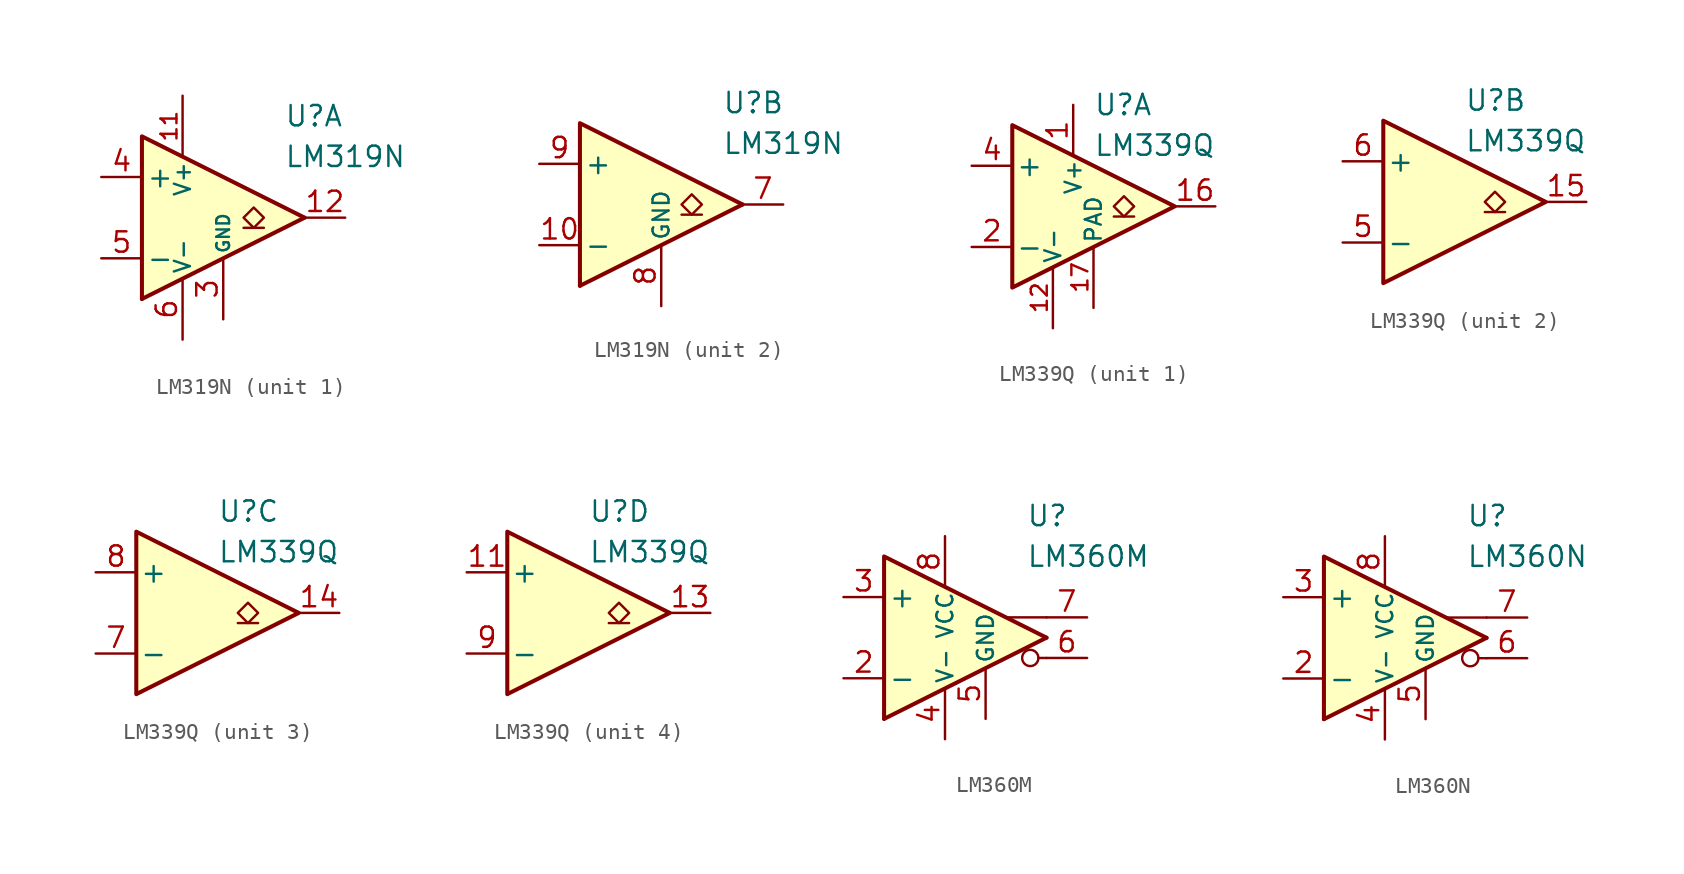
<source format=kicad_sym>
(kicad_symbol_lib
  (version 20231120)
  (generator "kicad_symbol_editor")
  (generator_version "8.0")
  (symbol "LM319N"
    (pin_names
      (offset 0.254))
    (property "Reference" "U"
      (at 6.35 6.35 0)
      (effects (font (size 1.27 1.27)) (justify left)))
    (property "Value" "LM319N"
      (at 6.35 3.81 0)
      (effects (font (size 1.27 1.27)) (justify left)))
    (property "ki_locked" ""
      (at 0 0 0)
      (effects (font (size 1.27 1.27))))
    (symbol "LM319N_0_0"
      (polyline (pts (xy 7.62 0) (xy -2.54 -5.08)) (stroke (width 0.254) (type default)) (fill (type none)))
      (polyline (pts (xy 7.62 0) (xy -2.54 5.08) (xy -2.54 -5.08)) (stroke (width 0.254) (type default)) (fill (type background))))
    (symbol "LM319N_1_1"
      (polyline (pts (xy 5.08 -0.635) (xy 3.81 -0.635)) (stroke (width 0.152) (type default)) (fill (type none)))
      (polyline (pts (xy 4.445 -0.635) (xy 3.81 0) (xy 4.445 0.635) (xy 5.08 0) (xy 4.445 -0.635)) (stroke (width 0.152) (type default)) (fill (type none)))
      (pin no_connect line (at 1.27 -2.54 90) (length 2.54) hide (name "NC" (effects (font (size 1.27 1.27)))) (number "1" (effects (font (size 1.27 1.27)))))
      (pin power_in line (at 0 7.62 270) (length 3.81) (name "V+" (effects (font (size 1 1)))) (number "11" (effects (font (size 1 1)))))
      (pin open_collector line (at 10.16 0 180) (length 2.54) (name "~" (effects (font (size 1.27 1.27)))) (number "12" (effects (font (size 1.27 1.27)))))
      (pin no_connect line (at 1.27 2.54 270) (length 2.54) hide (name "NC" (effects (font (size 1.27 1.27)))) (number "2" (effects (font (size 1.27 1.27)))))
      (pin power_in line (at 2.54 -6.35 90) (length 3.81) (name "GND" (effects (font (size 0.8 0.8)))) (number "3" (effects (font (size 1.27 1.27)))))
      (pin input line (at -5.08 2.54 0) (length 2.54) (name "+" (effects (font (size 1.27 1.27)))) (number "4" (effects (font (size 1.27 1.27)))))
      (pin input line (at -5.08 -2.54 0) (length 2.54) (name "-" (effects (font (size 1.27 1.27)))) (number "5" (effects (font (size 1.27 1.27)))))
      (pin power_in line (at 0 -7.62 90) (length 3.81) (name "V-" (effects (font (size 1 1)))) (number "6" (effects (font (size 1.27 1.27))))))
    (symbol "LM319N_2_1"
      (polyline (pts (xy 5.08 -0.635) (xy 3.81 -0.635)) (stroke (width 0.152) (type default)) (fill (type none)))
      (polyline (pts (xy 4.445 -0.635) (xy 3.81 0) (xy 4.445 0.635) (xy 5.08 0) (xy 4.445 -0.635)) (stroke (width 0.152) (type default)) (fill (type none)))
      (pin input line (at -5.08 -2.54 0) (length 2.54) (name "-" (effects (font (size 1.27 1.27)))) (number "10" (effects (font (size 1.27 1.27)))))
      (pin no_connect line (at 0 -2.54 90) (length 2.54) hide (name "NC" (effects (font (size 1.27 1.27)))) (number "13" (effects (font (size 1.27 1.27)))))
      (pin no_connect line (at 0 2.54 270) (length 2.54) hide (name "NC" (effects (font (size 1.27 1.27)))) (number "14" (effects (font (size 1.27 1.27)))))
      (pin open_collector line (at 10.16 0 180) (length 2.54) (name "~" (effects (font (size 1.27 1.27)))) (number "7" (effects (font (size 1.27 1.27)))))
      (pin power_in line (at 2.54 -6.35 90) (length 3.81) (name "GND" (effects (font (size 1 1)))) (number "8" (effects (font (size 1.27 1.27)))))
      (pin input line (at -5.08 2.54 0) (length 2.54) (name "+" (effects (font (size 1.27 1.27)))) (number "9" (effects (font (size 1.27 1.27)))))))
  (symbol "LM339Q"
    (pin_names
      (offset 0.2))
    (property "Reference" "U"
      (at 1.27 6.35 0)
      (effects (font (size 1.27 1.27)) (justify left)))
    (property "Value" "LM339Q"
      (at 1.27 3.81 0)
      (effects (font (size 1.27 1.27)) (justify left)))
    (property "ki_locked" ""
      (at 0 0 0)
      (effects (font (size 1.27 1.27))))
    (symbol "LM339Q_0_1"
      (polyline (pts (xy -3.81 5.08) (xy -3.81 -5.08) (xy 6.35 0) (xy -3.81 5.08)) (stroke (width 0.254) (type default)) (fill (type background))))
    (symbol "LM339Q_1_1"
      (polyline (pts (xy 3.81 -0.635) (xy 2.54 -0.635)) (stroke (width 0.152) (type default)) (fill (type none)))
      (polyline (pts (xy 3.175 -0.635) (xy 2.54 0) (xy 3.175 0.635) (xy 3.81 0) (xy 3.175 -0.635)) (stroke (width 0.152) (type default)) (fill (type none)))
      (pin power_in line (at 0 6.35 270) (length 3.18) (name "V+" (effects (font (size 1 1)))) (number "1" (effects (font (size 1.27 1.27)))))
      (pin free line (at -2.54 -1.27 0) (length 2.54) hide (name "NC" (effects (font (size 1.27 1.27)))) (number "10" (effects (font (size 1.27 1.27)))))
      (pin power_in line (at -1.27 -7.62 90) (length 3.81) (name "V-" (effects (font (size 1 1)))) (number "12" (effects (font (size 1 1)))))
      (pin open_collector line (at 8.89 0 180) (length 2.54) (name "~" (effects (font (size 1.27 1.27)))) (number "16" (effects (font (size 1.27 1.27)))))
      (pin power_in line (at 1.27 -6.35 90) (length 3.81) (name "PAD" (effects (font (size 1 1)))) (number "17" (effects (font (size 1 1)))))
      (pin input line (at -6.35 -2.54 0) (length 2.54) (name "-" (effects (font (size 1.27 1.27)))) (number "2" (effects (font (size 1.27 1.27)))))
      (pin free line (at -2.54 1.27 0) (length 2.54) hide (name "NC" (effects (font (size 1.27 1.27)))) (number "3" (effects (font (size 1.27 1.27)))))
      (pin input line (at -6.35 2.54 0) (length 2.54) (name "+" (effects (font (size 1.27 1.27)))) (number "4" (effects (font (size 1.27 1.27))))))
    (symbol "LM339Q_2_1"
      (polyline (pts (xy 3.81 -0.635) (xy 2.54 -0.635)) (stroke (width 0.152) (type default)) (fill (type none)))
      (polyline (pts (xy 3.175 -0.635) (xy 2.54 0) (xy 3.175 0.635) (xy 3.81 0) (xy 3.175 -0.635)) (stroke (width 0.152) (type default)) (fill (type none)))
      (pin open_collector line (at 8.89 0 180) (length 2.54) (name "~" (effects (font (size 1.27 1.27)))) (number "15" (effects (font (size 1.27 1.27)))))
      (pin input line (at -6.35 -2.54 0) (length 2.54) (name "-" (effects (font (size 1.27 1.27)))) (number "5" (effects (font (size 1.27 1.27)))))
      (pin input line (at -6.35 2.54 0) (length 2.54) (name "+" (effects (font (size 1.27 1.27)))) (number "6" (effects (font (size 1.27 1.27))))))
    (symbol "LM339Q_3_1"
      (polyline (pts (xy 3.81 -0.635) (xy 2.54 -0.635)) (stroke (width 0.152) (type default)) (fill (type none)))
      (polyline (pts (xy 3.175 -0.635) (xy 2.54 0) (xy 3.175 0.635) (xy 3.81 0) (xy 3.175 -0.635)) (stroke (width 0.152) (type default)) (fill (type none)))
      (pin open_collector line (at 8.89 0 180) (length 2.54) (name "~" (effects (font (size 1.27 1.27)))) (number "14" (effects (font (size 1.27 1.27)))))
      (pin input line (at -6.35 -2.54 0) (length 2.54) (name "-" (effects (font (size 1.27 1.27)))) (number "7" (effects (font (size 1.27 1.27)))))
      (pin input line (at -6.35 2.54 0) (length 2.54) (name "+" (effects (font (size 1.27 1.27)))) (number "8" (effects (font (size 1.27 1.27))))))
    (symbol "LM339Q_4_1"
      (polyline (pts (xy 3.81 -0.635) (xy 2.54 -0.635)) (stroke (width 0.152) (type default)) (fill (type none)))
      (polyline (pts (xy 3.175 -0.635) (xy 2.54 0) (xy 3.175 0.635) (xy 3.81 0) (xy 3.175 -0.635)) (stroke (width 0.152) (type default)) (fill (type none)))
      (pin input line (at -6.35 2.54 0) (length 2.54) (name "+" (effects (font (size 1.27 1.27)))) (number "11" (effects (font (size 1.27 1.27)))))
      (pin open_collector line (at 8.89 0 180) (length 2.54) (name "~" (effects (font (size 1.27 1.27)))) (number "13" (effects (font (size 1.27 1.27)))))
      (pin input line (at -6.35 -2.54 0) (length 2.54) (name "-" (effects (font (size 1.27 1.27)))) (number "9" (effects (font (size 1.27 1.27)))))))
  (symbol "LM360M"
    (pin_names
      (offset 0.254))
    (property "Reference" "U"
      (at 5.08 7.62 0)
      (effects (font (size 1.27 1.27)) (justify left)))
    (property "Value" "LM360M"
      (at 5.08 5.08 0)
      (effects (font (size 1.27 1.27)) (justify left)))
    (symbol "LM360M_0_0"
      (polyline (pts (xy 6.35 -1.27) (xy 5.842 -1.27)) (stroke (width 0.152) (type default)) (fill (type none)))
      (polyline (pts (xy 6.35 0) (xy -3.81 -5.08)) (stroke (width 0.254) (type default)) (fill (type none)))
      (polyline (pts (xy 6.35 1.27) (xy 3.81 1.27)) (stroke (width 0.152) (type default)) (fill (type none)))
      (polyline (pts (xy 6.35 0) (xy -3.81 5.08) (xy -3.81 -5.08)) (stroke (width 0.254) (type default)) (fill (type background)))
      (circle (center 5.334 -1.27) (radius 0.508) (stroke (width 0.152) (type default)) (fill (type none))))
    (symbol "LM360M_1_1"
      (pin no_connect line (at -2.54 0 0) (length 2.54) hide (name "NC" (effects (font (size 1.27 1.27)))) (number "1" (effects (font (size 1.27 1.27)))))
      (pin input line (at -6.35 -2.54 0) (length 2.54) (name "-" (effects (font (size 1.27 1.27)))) (number "2" (effects (font (size 1.27 1.27)))))
      (pin input line (at -6.35 2.54 0) (length 2.54) (name "+" (effects (font (size 1.27 1.27)))) (number "3" (effects (font (size 1.27 1.27)))))
      (pin power_in line (at 0 -6.35 90) (length 3.18) (name "V-" (effects (font (size 1 1)))) (number "4" (effects (font (size 1.27 1.27)))))
      (pin power_in line (at 2.54 -5.08 90) (length 3.18) (name "GND" (effects (font (size 1 1)))) (number "5" (effects (font (size 1.27 1.27)))))
      (pin output line (at 8.89 -1.27 180) (length 2.54) (name "~" (effects (font (size 1.27 1.27)))) (number "6" (effects (font (size 1.27 1.27)))))
      (pin output line (at 8.89 1.27 180) (length 2.54) (name "~" (effects (font (size 1.27 1.27)))) (number "7" (effects (font (size 1.27 1.27)))))
      (pin power_in line (at 0 6.35 270) (length 3.18) (name "VCC" (effects (font (size 1 1)))) (number "8" (effects (font (size 1.27 1.27)))))))
  (symbol "LM360N"
    (pin_names
      (offset 0.254))
    (property "Reference" "U"
      (at 5.08 7.62 0)
      (effects (font (size 1.27 1.27)) (justify left)))
    (property "Value" "LM360N"
      (at 5.08 5.08 0)
      (effects (font (size 1.27 1.27)) (justify left)))
    (symbol "LM360N_0_0"
      (polyline (pts (xy 6.35 -1.27) (xy 5.842 -1.27)) (stroke (width 0.152) (type default)) (fill (type none)))
      (polyline (pts (xy 6.35 0) (xy -3.81 -5.08)) (stroke (width 0.254) (type default)) (fill (type none)))
      (polyline (pts (xy 6.35 1.27) (xy 3.81 1.27)) (stroke (width 0.152) (type default)) (fill (type none)))
      (polyline (pts (xy 6.35 0) (xy -3.81 5.08) (xy -3.81 -5.08)) (stroke (width 0.254) (type default)) (fill (type background)))
      (circle (center 5.334 -1.27) (radius 0.508) (stroke (width 0.152) (type default)) (fill (type none))))
    (symbol "LM360N_1_1"
      (pin no_connect line (at -2.54 0 0) (length 2.54) hide (name "NC" (effects (font (size 1.27 1.27)))) (number "1" (effects (font (size 1.27 1.27)))))
      (pin input line (at -6.35 -2.54 0) (length 2.54) (name "-" (effects (font (size 1.27 1.27)))) (number "2" (effects (font (size 1.27 1.27)))))
      (pin input line (at -6.35 2.54 0) (length 2.54) (name "+" (effects (font (size 1.27 1.27)))) (number "3" (effects (font (size 1.27 1.27)))))
      (pin power_in line (at 0 -6.35 90) (length 3.18) (name "V-" (effects (font (size 1 1)))) (number "4" (effects (font (size 1.27 1.27)))))
      (pin power_in line (at 2.54 -5.08 90) (length 3.18) (name "GND" (effects (font (size 1 1)))) (number "5" (effects (font (size 1.27 1.27)))))
      (pin output line (at 8.89 -1.27 180) (length 2.54) (name "~" (effects (font (size 1.27 1.27)))) (number "6" (effects (font (size 1.27 1.27)))))
      (pin output line (at 8.89 1.27 180) (length 2.54) (name "~" (effects (font (size 1.27 1.27)))) (number "7" (effects (font (size 1.27 1.27)))))
      (pin power_in line (at 0 6.35 270) (length 3.18) (name "VCC" (effects (font (size 1 1)))) (number "8" (effects (font (size 1.27 1.27))))))))
</source>
